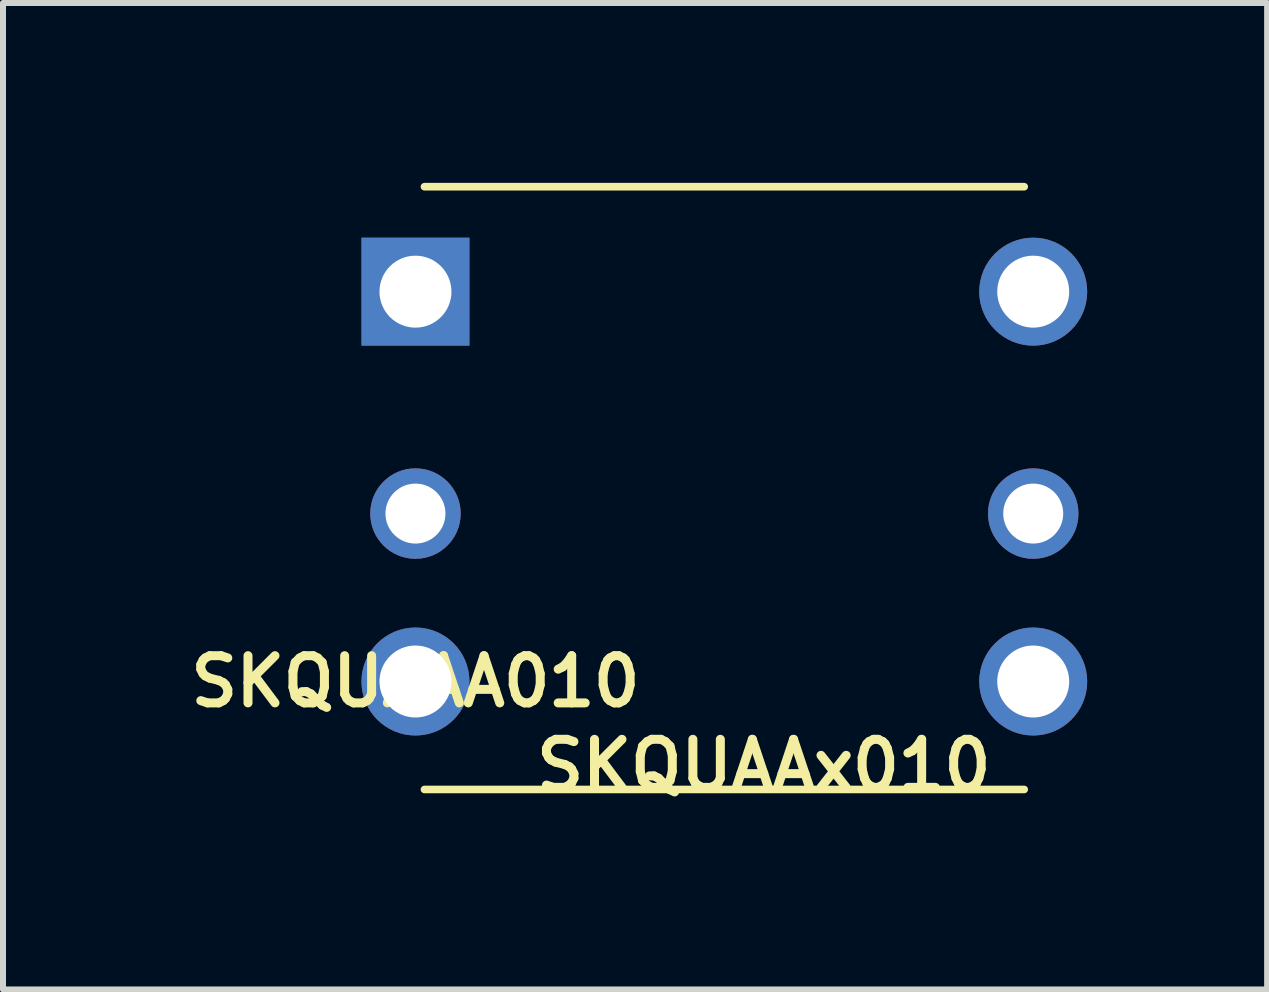
<source format=kicad_pcb>
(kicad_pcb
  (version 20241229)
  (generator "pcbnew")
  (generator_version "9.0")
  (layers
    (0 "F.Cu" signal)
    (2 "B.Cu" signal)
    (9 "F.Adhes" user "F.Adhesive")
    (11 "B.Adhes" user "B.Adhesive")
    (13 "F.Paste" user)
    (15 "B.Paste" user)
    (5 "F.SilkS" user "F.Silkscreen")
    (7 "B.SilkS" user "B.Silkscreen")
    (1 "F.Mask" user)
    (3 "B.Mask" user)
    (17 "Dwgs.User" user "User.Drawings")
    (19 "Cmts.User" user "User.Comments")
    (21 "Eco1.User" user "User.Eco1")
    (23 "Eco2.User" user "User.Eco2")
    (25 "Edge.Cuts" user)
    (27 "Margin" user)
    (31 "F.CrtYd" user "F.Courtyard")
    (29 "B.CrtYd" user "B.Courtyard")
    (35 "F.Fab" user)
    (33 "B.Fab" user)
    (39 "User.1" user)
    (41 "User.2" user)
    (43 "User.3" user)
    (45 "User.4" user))
  (footprint "SKQUAAA010"
    (layer "F.Cu")
    (at 3.877 8.313)
    (property "Reference" "SKQUAAA010" (at 0 0 0) (layer "F.SilkS") (effects (font (size 0.787 0.787) (thickness 0.15))))
    (attr through_hole)
    (fp_line (start 0.15 -8.25) (end 10.15 -8.25) (stroke (width 0.127) (type solid)) (layer "F.SilkS"))
    (fp_line (start 0.15 1.8) (end 10.15 1.8) (stroke (width 0.127) (type solid)) (layer "F.SilkS"))
    (fp_text user "SKQUAAx010" (at 5.808 1.402 0) (layer "F.SilkS") (effects (font (size 0.801 0.801) (thickness 0.15))))
    (pad "1" thru_hole rect (at 0 -6.5) (size 1.8 1.8) (drill 1.2) (layers "*.Cu" "*.Mask"))
    (pad "2" thru_hole circle (at 0 -2.8) (size 1.508 1.508) (drill 1) (layers "*.Cu" "*.Mask"))
    (pad "3" thru_hole circle (at 0 0) (size 1.8 1.8) (drill 1.2) (layers "*.Cu" "*.Mask"))
    (pad "4" thru_hole circle (at 10.3 0) (size 1.8 1.8) (drill 1.2) (layers "*.Cu" "*.Mask"))
    (pad "5" thru_hole circle (at 10.3 -2.8) (size 1.508 1.508) (drill 1) (layers "*.Cu" "*.Mask"))
    (pad "6" thru_hole circle (at 10.3 -6.5) (size 1.8 1.8) (drill 1.2) (layers "*.Cu" "*.Mask")))
  (gr_rect
    (start -3 -3)
    (end 18.077 13.447)
    (stroke (width 0.1) (type default))
    (fill no)
    (layer "Edge.Cuts")))
</source>
